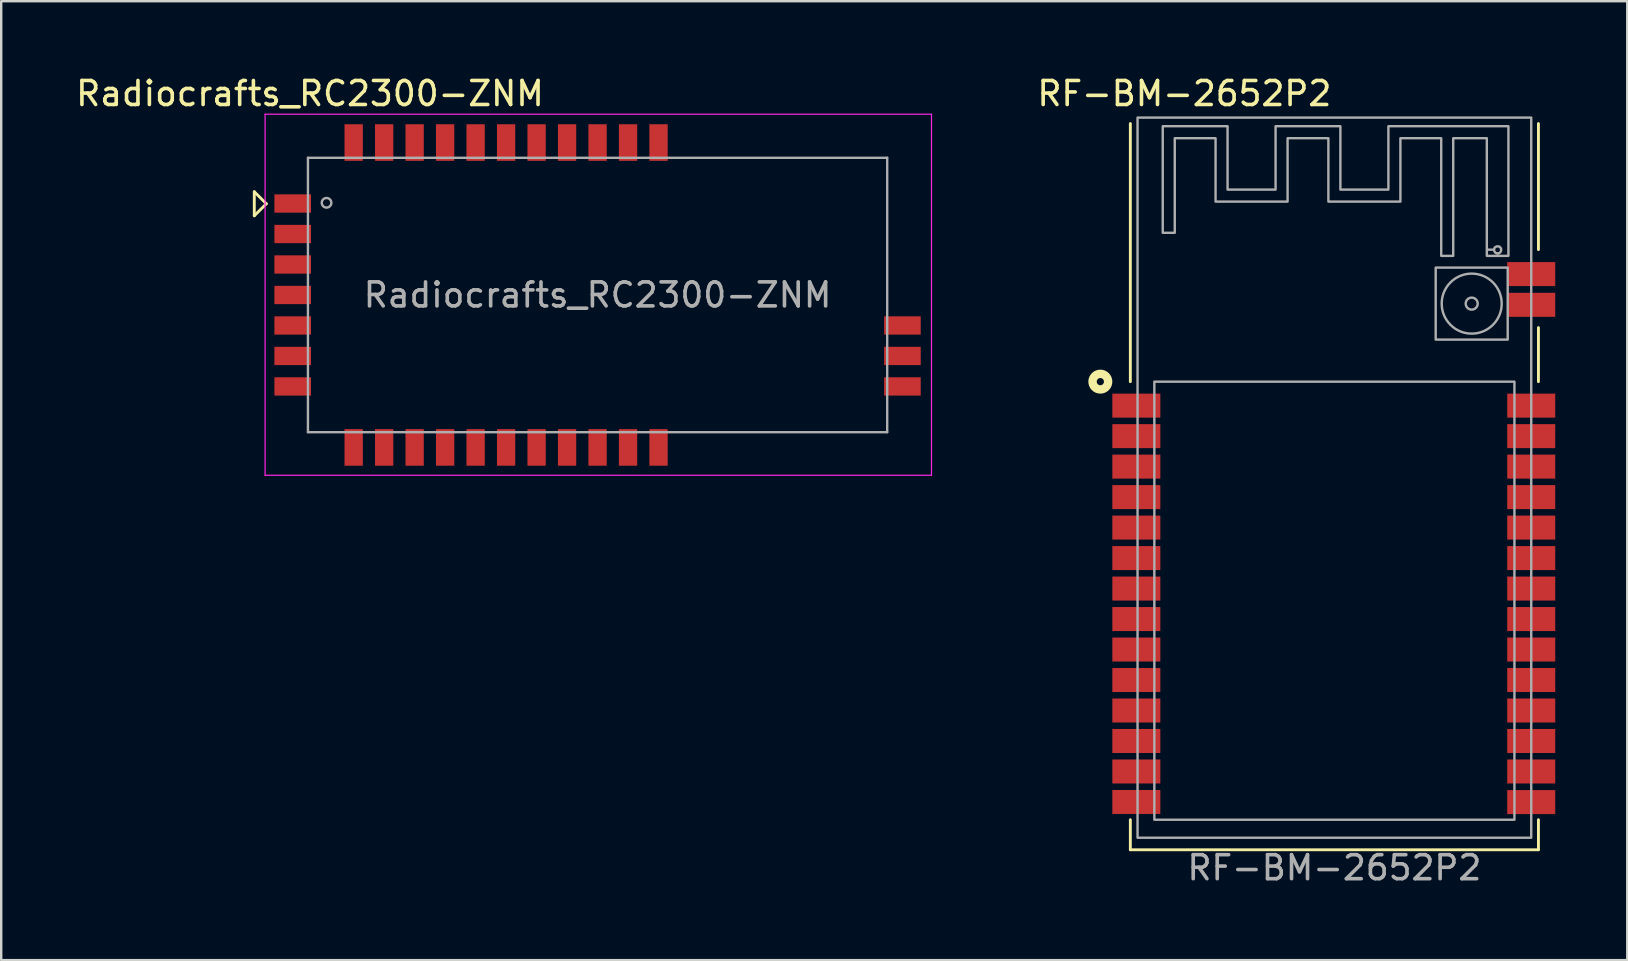
<source format=kicad_pcb>
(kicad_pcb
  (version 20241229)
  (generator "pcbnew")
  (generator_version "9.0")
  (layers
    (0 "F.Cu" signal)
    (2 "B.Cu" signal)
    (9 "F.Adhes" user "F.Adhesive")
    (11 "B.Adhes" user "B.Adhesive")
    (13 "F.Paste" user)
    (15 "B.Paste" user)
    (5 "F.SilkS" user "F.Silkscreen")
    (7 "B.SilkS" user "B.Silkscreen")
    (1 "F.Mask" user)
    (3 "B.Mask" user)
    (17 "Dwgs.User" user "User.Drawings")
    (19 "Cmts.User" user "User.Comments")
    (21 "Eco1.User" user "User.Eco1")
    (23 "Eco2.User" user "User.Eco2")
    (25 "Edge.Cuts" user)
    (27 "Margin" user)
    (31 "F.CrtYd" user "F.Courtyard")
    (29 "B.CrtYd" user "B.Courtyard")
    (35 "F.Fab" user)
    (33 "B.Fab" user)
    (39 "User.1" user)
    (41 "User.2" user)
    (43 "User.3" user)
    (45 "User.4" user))
  (footprint "RF-BM-2652P2"
    (layer "F.Cu")
    (at 52.537 16.848)
    (property "Reference" "RF-BM-2652P2" (at -6.25 -16 0) (unlocked yes) (layer "F.SilkS") (effects (font (size 1 1) (thickness 0.15))))
    (attr smd)
    (fp_line (start -8.5 -4) (end -8.5 -14.75) (stroke (width 0.12) (type default)) (layer "F.SilkS"))
    (fp_line (start -8.5 14.25) (end -8.5 15.5) (stroke (width 0.12) (type default)) (layer "F.SilkS"))
    (fp_line (start -8.5 15.5) (end 8.5 15.5) (stroke (width 0.12) (type default)) (layer "F.SilkS"))
    (fp_line (start 8.5 -9.5) (end 8.5 -14.75) (stroke (width 0.12) (type default)) (layer "F.SilkS"))
    (fp_line (start 8.5 -4) (end 8.5 -6.25) (stroke (width 0.12) (type default)) (layer "F.SilkS"))
    (fp_line (start 8.5 15.5) (end 8.5 14.25) (stroke (width 0.12) (type default)) (layer "F.SilkS"))
    (fp_circle (center -9.75 -4) (end -9.6 -4) (stroke (width 0.35) (type default)) (fill no) (layer "F.SilkS"))
    (fp_rect (start -7.5 -4) (end 7.5 14.25) (stroke (width 0.1) (type solid)) (fill no) (layer "F.Fab"))
    (fp_rect (start 4.22 -8.75) (end 7.22 -5.75) (stroke (width 0.1) (type default)) (fill no) (layer "F.Fab"))
    (fp_rect (start 8.2 15) (end -8.2 -15) (stroke (width 0.1) (type default)) (fill no) (layer "F.Fab"))
    (fp_circle (center 5.72 -7.25) (end 4.97 -8.25) (stroke (width 0.1) (type default)) (fill no) (layer "F.Fab"))
    (fp_circle (center 5.72 -7.25) (end 5.97 -7.25) (stroke (width 0.1) (type default)) (fill no) (layer "F.Fab"))
    (fp_poly (pts (xy 2.25 -12) (xy 0.25 -12) (xy 0.25 -14.64) (xy -2.45 -14.64) (xy -2.45 -12) (xy -4.45 -12) (xy -4.45 -14.64) (xy -7.15 -14.64) (xy -7.15 -10.2) (xy -6.65 -10.2) (xy -6.65 -14.14) (xy -4.95 -14.14) (xy -4.95 -11.5) (xy -1.95 -11.5) (xy -1.95 -14.14) (xy -0.25 -14.14) (xy -0.25 -11.5) (xy 2.75 -11.5) (xy 2.75 -14.14) (xy 4.45 -14.14) (xy 4.45 -9.24) (xy 4.95 -9.24) (xy 4.95 -14.14) (xy 6.35 -14.14) (xy 6.35 -9.24) (xy 7.25 -9.24) (xy 7.25 -9.483) (xy 6.948 -9.483) (xy 6.938 -9.436) (xy 6.914 -9.393) (xy 6.876 -9.36) (xy 6.868 -9.356) (xy 6.825 -9.344) (xy 6.777 -9.345) (xy 6.731 -9.358) (xy 6.713 -9.368) (xy 6.679 -9.403) (xy 6.658 -9.449) (xy 6.652 -9.498) (xy 6.66 -9.546) (xy 6.677 -9.579) (xy 6.712 -9.611) (xy 6.758 -9.631) (xy 6.807 -9.638) (xy 6.855 -9.63) (xy 6.888 -9.613) (xy 6.923 -9.576) (xy 6.943 -9.532) (xy 6.948 -9.483) (xy 7.25 -9.483) (xy 7.25 -14.64) (xy 2.25 -14.64) (xy 2.25 -12)) (stroke (width 0.1) (type solid)) (fill no) (layer "F.Fab"))
    (fp_text user "${REFERENCE}" (at 0 16.25 0) (unlocked yes) (layer "F.Fab") (effects (font (size 1 1) (thickness 0.15))))
    (pad "1" smd rect (at -8.25 -3) (size 2 1) (layers "F.Cu" "F.Mask" "F.Paste"))
    (pad "2" smd rect (at -8.25 -1.73) (size 2 1) (layers "F.Cu" "F.Mask" "F.Paste"))
    (pad "3" smd rect (at -8.25 -0.46) (size 2 1) (layers "F.Cu" "F.Mask" "F.Paste"))
    (pad "4" smd rect (at -8.25 0.81) (size 2 1) (layers "F.Cu" "F.Mask" "F.Paste"))
    (pad "5" smd rect (at -8.25 2.08) (size 2 1) (layers "F.Cu" "F.Mask" "F.Paste"))
    (pad "6" smd rect (at -8.25 3.35) (size 2 1) (layers "F.Cu" "F.Mask" "F.Paste"))
    (pad "7" smd rect (at -8.25 4.62) (size 2 1) (layers "F.Cu" "F.Mask" "F.Paste"))
    (pad "8" smd rect (at -8.25 5.89) (size 2 1) (layers "F.Cu" "F.Mask" "F.Paste"))
    (pad "9" smd rect (at -8.25 7.16) (size 2 1) (layers "F.Cu" "F.Mask" "F.Paste"))
    (pad "10" smd rect (at -8.25 8.43) (size 2 1) (layers "F.Cu" "F.Mask" "F.Paste"))
    (pad "11" smd rect (at -8.25 9.7) (size 2 1) (layers "F.Cu" "F.Mask" "F.Paste"))
    (pad "12" smd rect (at -8.25 10.97) (size 2 1) (layers "F.Cu" "F.Mask" "F.Paste"))
    (pad "13" smd rect (at -8.25 12.24) (size 2 1) (layers "F.Cu" "F.Mask" "F.Paste"))
    (pad "14" smd rect (at -8.25 13.51) (size 2 1) (layers "F.Cu" "F.Mask" "F.Paste"))
    (pad "15" smd rect (at 8.2 13.515) (size 2 1) (layers "F.Cu" "F.Mask" "F.Paste"))
    (pad "16" smd rect (at 8.2 12.24) (size 2 1) (layers "F.Cu" "F.Mask" "F.Paste"))
    (pad "17" smd rect (at 8.2 10.97) (size 2 1) (layers "F.Cu" "F.Mask" "F.Paste"))
    (pad "18" smd rect (at 8.2 9.7) (size 2 1) (layers "F.Cu" "F.Mask" "F.Paste"))
    (pad "19" smd rect (at 8.2 8.43) (size 2 1) (layers "F.Cu" "F.Mask" "F.Paste"))
    (pad "20" smd rect (at 8.2 7.16) (size 2 1) (layers "F.Cu" "F.Mask" "F.Paste"))
    (pad "21" smd rect (at 8.2 5.89) (size 2 1) (layers "F.Cu" "F.Mask" "F.Paste"))
    (pad "22" smd rect (at 8.2 4.62) (size 2 1) (layers "F.Cu" "F.Mask" "F.Paste"))
    (pad "23" smd rect (at 8.2 3.35) (size 2 1) (layers "F.Cu" "F.Mask" "F.Paste"))
    (pad "24" smd rect (at 8.2 2.08) (size 2 1) (layers "F.Cu" "F.Mask" "F.Paste"))
    (pad "25" smd rect (at 8.2 0.81) (size 2 1) (layers "F.Cu" "F.Mask" "F.Paste"))
    (pad "26" smd rect (at 8.2 -0.46) (size 2 1) (layers "F.Cu" "F.Mask" "F.Paste"))
    (pad "27" smd rect (at 8.2 -1.73) (size 2 1) (layers "F.Cu" "F.Mask" "F.Paste"))
    (pad "28" smd rect (at 8.2 -3) (size 2 1) (layers "F.Cu" "F.Mask" "F.Paste"))
    (pad "29" smd rect (at 8.2 -7.2) (size 2 1) (layers "F.Cu" "F.Mask" "F.Paste"))
    (pad "30" smd rect (at 8.2 -8.48) (size 2 1) (layers "F.Cu" "F.Mask" "F.Paste"))
    (zone (net_name "") (layers "F.Cu" "B.Cu") (hatch edge 0.5) (connect_pads) (min_thickness 0.25) (filled_areas_thickness no) (keepout (tracks not_allowed) (vias not_allowed) (pads not_allowed) (copperpour not_allowed) (footprints not_allowed)) (placement (enabled no)) (fill) (polygon (pts (xy 43.537 1.848) (xy 61.537 1.848) (xy 61.537 7.848) (xy 43.537 7.848)))))
  (footprint "Radiocrafts_RC2300-ZNM"
    (layer "F.Cu")
    (at 21.843 9.238)
    (property "Reference" "Radiocrafts_RC2300-ZNM" (at -11.98 -8.39 0) (layer "F.SilkS") (effects (font (size 1 1) (thickness 0.15))))
    (attr smd)
    (fp_line (start -14.3 -4.3) (end -14.3 -3.3) (stroke (width 0.12) (type solid)) (layer "F.SilkS"))
    (fp_line (start -14.3 -3.3) (end -13.8 -3.8) (stroke (width 0.12) (type solid)) (layer "F.SilkS"))
    (fp_line (start -13.8 -3.8) (end -14.3 -4.3) (stroke (width 0.12) (type solid)) (layer "F.SilkS"))
    (fp_line (start -13.85 -7.53) (end -13.85 7.51) (stroke (width 0.05) (type solid)) (layer "F.CrtYd"))
    (fp_line (start -13.85 7.51) (end 13.91 7.51) (stroke (width 0.05) (type solid)) (layer "F.CrtYd"))
    (fp_line (start 13.91 -7.53) (end -13.85 -7.53) (stroke (width 0.05) (type solid)) (layer "F.CrtYd"))
    (fp_line (start 13.91 7.51) (end 13.91 -7.53) (stroke (width 0.05) (type solid)) (layer "F.CrtYd"))
    (fp_line (start -12.065 -5.715) (end 12.065 -5.715) (stroke (width 0.1) (type solid)) (layer "F.Fab"))
    (fp_line (start -12.065 5.715) (end -12.065 -5.715) (stroke (width 0.1) (type solid)) (layer "F.Fab"))
    (fp_line (start 12.065 -5.715) (end 12.065 5.715) (stroke (width 0.1) (type solid)) (layer "F.Fab"))
    (fp_line (start 12.065 5.715) (end -12.065 5.715) (stroke (width 0.1) (type solid)) (layer "F.Fab"))
    (fp_circle (center -11.29 -3.84) (end -11.09 -3.84) (stroke (width 0.1) (type solid)) (fill no) (layer "F.Fab"))
    (fp_text user "${REFERENCE}" (at 0 0 0) (unlocked yes) (layer "F.Fab") (effects (font (size 1 1) (thickness 0.15))))
    (pad "1" smd rect (at -12.7 -3.81) (size 1.524 0.762) (layers "F.Cu" "F.Mask" "F.Paste"))
    (pad "2" smd rect (at -12.7 -2.54) (size 1.524 0.762) (layers "F.Cu" "F.Mask" "F.Paste"))
    (pad "3" smd rect (at -12.7 -1.27) (size 1.524 0.762) (layers "F.Cu" "F.Mask" "F.Paste"))
    (pad "4" smd rect (at -12.7 0) (size 1.524 0.762) (layers "F.Cu" "F.Mask" "F.Paste"))
    (pad "5" smd rect (at -12.7 1.27) (size 1.524 0.762) (layers "F.Cu" "F.Mask" "F.Paste"))
    (pad "6" smd rect (at -12.7 2.54) (size 1.524 0.762) (layers "F.Cu" "F.Mask" "F.Paste"))
    (pad "7" smd rect (at -12.7 3.81) (size 1.524 0.762) (layers "F.Cu" "F.Mask" "F.Paste"))
    (pad "8" smd rect (at -10.16 6.35) (size 0.762 1.524) (layers "F.Cu" "F.Mask" "F.Paste"))
    (pad "9" smd rect (at -8.89 6.35) (size 0.762 1.524) (layers "F.Cu" "F.Mask" "F.Paste"))
    (pad "10" smd rect (at -7.62 6.35) (size 0.762 1.524) (layers "F.Cu" "F.Mask" "F.Paste"))
    (pad "11" smd rect (at -6.35 6.35) (size 0.762 1.524) (layers "F.Cu" "F.Mask" "F.Paste"))
    (pad "12" smd rect (at -5.08 6.35) (size 0.762 1.524) (layers "F.Cu" "F.Mask" "F.Paste"))
    (pad "13" smd rect (at -3.81 6.35) (size 0.762 1.524) (layers "F.Cu" "F.Mask" "F.Paste"))
    (pad "14" smd rect (at -2.54 6.35) (size 0.762 1.524) (layers "F.Cu" "F.Mask" "F.Paste"))
    (pad "15" smd rect (at -1.27 6.35) (size 0.762 1.524) (layers "F.Cu" "F.Mask" "F.Paste"))
    (pad "16" smd rect (at 0 6.35) (size 0.762 1.524) (layers "F.Cu" "F.Mask" "F.Paste"))
    (pad "17" smd rect (at 1.27 6.35) (size 0.762 1.524) (layers "F.Cu" "F.Mask" "F.Paste"))
    (pad "18" smd rect (at 2.54 6.35) (size 0.762 1.524) (layers "F.Cu" "F.Mask" "F.Paste"))
    (pad "19" smd rect (at 2.54 -6.35) (size 0.762 1.524) (layers "F.Cu" "F.Mask" "F.Paste"))
    (pad "20" smd rect (at 1.27 -6.35) (size 0.762 1.524) (layers "F.Cu" "F.Mask" "F.Paste"))
    (pad "21" smd rect (at 0 -6.35) (size 0.762 1.524) (layers "F.Cu" "F.Mask" "F.Paste"))
    (pad "22" smd rect (at -1.27 -6.35) (size 0.762 1.524) (layers "F.Cu" "F.Mask" "F.Paste"))
    (pad "23" smd rect (at -2.54 -6.35) (size 0.762 1.524) (layers "F.Cu" "F.Mask" "F.Paste"))
    (pad "24" smd rect (at -3.81 -6.35) (size 0.762 1.524) (layers "F.Cu" "F.Mask" "F.Paste"))
    (pad "25" smd rect (at -5.08 -6.35) (size 0.762 1.524) (layers "F.Cu" "F.Mask" "F.Paste"))
    (pad "26" smd rect (at -6.35 -6.35) (size 0.762 1.524) (layers "F.Cu" "F.Mask" "F.Paste"))
    (pad "27" smd rect (at -7.62 -6.35) (size 0.762 1.524) (layers "F.Cu" "F.Mask" "F.Paste"))
    (pad "28" smd rect (at -8.89 -6.35) (size 0.762 1.524) (layers "F.Cu" "F.Mask" "F.Paste"))
    (pad "29" smd rect (at -10.16 -6.35) (size 0.762 1.524) (layers "F.Cu" "F.Mask" "F.Paste"))
    (pad "30" smd rect (at 12.7 3.81) (size 1.524 0.762) (layers "F.Cu" "F.Mask" "F.Paste"))
    (pad "31" smd rect (at 12.7 2.54) (size 1.524 0.762) (layers "F.Cu" "F.Mask" "F.Paste"))
    (pad "32" smd rect (at 12.7 1.27) (size 1.524 0.762) (layers "F.Cu" "F.Mask" "F.Paste"))
    (zone (net_name "") (layer "F.Cu") (name "Antenna Keepout") (hatch full 0.508) (connect_pads) (min_thickness 0.254) (filled_areas_thickness no) (keepout (tracks not_allowed) (vias not_allowed) (pads not_allowed) (copperpour not_allowed) (footprints not_allowed)) (placement (enabled no)) (fill) (polygon (pts (xy 37.043 9.958) (xy 34.443 9.958) (xy 34.443 14.358) (xy 27.443 14.358) (xy 27.443 1.758) (xy 37.043 1.758))))
    (zone (net_name "") (layer "In1.Cu") (name "Antenna Keepout Bottom") (hatch full 0.508) (connect_pads) (min_thickness 0.254) (filled_areas_thickness no) (keepout (tracks not_allowed) (vias not_allowed) (pads not_allowed) (copperpour not_allowed) (footprints not_allowed)) (placement (enabled no)) (fill) (polygon (pts (xy 37.043 9.958) (xy 34.443 9.958) (xy 34.443 14.358) (xy 27.443 14.358) (xy 27.443 1.758) (xy 37.043 1.758)))))
  (gr_rect
    (start -3 -3)
    (end 64.737 36.947)
    (stroke (width 0.1) (type default))
    (fill no)
    (layer "Edge.Cuts")))
</source>
